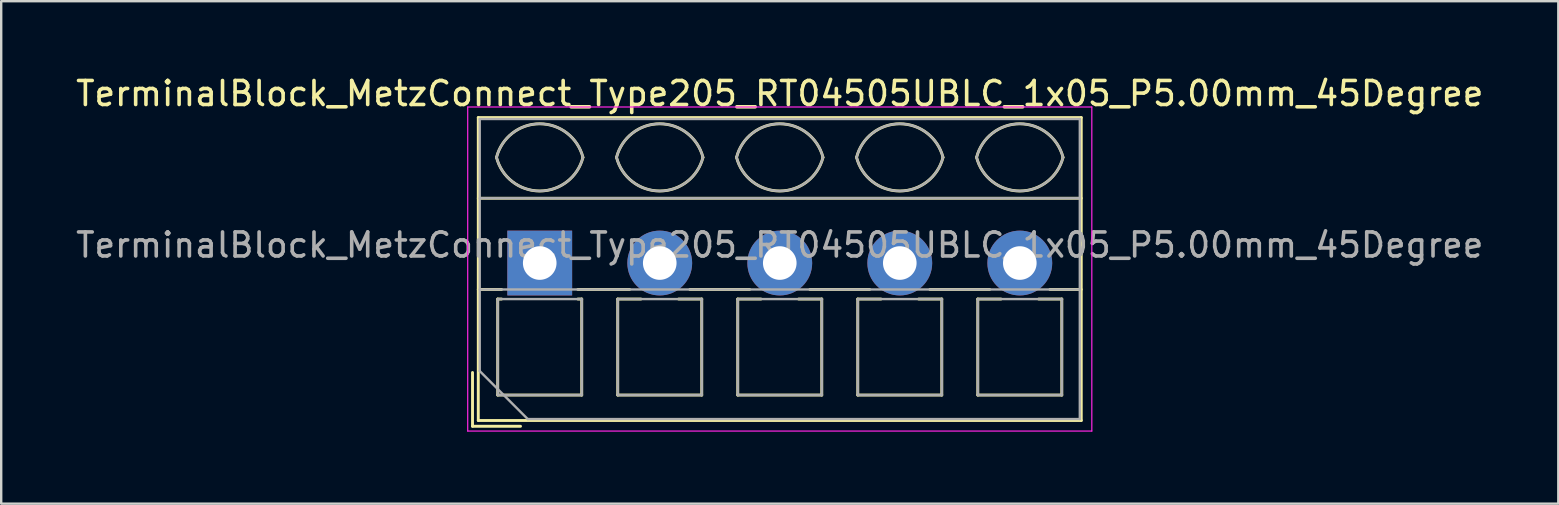
<source format=kicad_pcb>
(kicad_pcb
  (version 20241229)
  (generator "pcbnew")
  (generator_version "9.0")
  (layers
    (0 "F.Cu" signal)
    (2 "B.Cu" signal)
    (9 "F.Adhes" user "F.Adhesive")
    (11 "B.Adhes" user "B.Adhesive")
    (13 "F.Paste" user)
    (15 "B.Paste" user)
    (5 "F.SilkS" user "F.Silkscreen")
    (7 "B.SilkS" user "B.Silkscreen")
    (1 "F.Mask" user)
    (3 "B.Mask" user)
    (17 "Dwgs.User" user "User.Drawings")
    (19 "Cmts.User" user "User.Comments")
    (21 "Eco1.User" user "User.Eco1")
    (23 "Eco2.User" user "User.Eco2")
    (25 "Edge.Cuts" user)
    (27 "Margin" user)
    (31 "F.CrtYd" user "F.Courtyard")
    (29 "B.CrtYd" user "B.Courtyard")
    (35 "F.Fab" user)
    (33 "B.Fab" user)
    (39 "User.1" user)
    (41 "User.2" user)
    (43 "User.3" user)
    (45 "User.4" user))
  (footprint "TerminalBlock_MetzConnect_Type205_RT04505UBLC_1x05_P5.00mm_45Degree"
    (layer "F.Cu")
    (at 19.435 7.908)
    (property "Reference" "TerminalBlock_MetzConnect_Type205_RT04505UBLC_1x05_P5.00mm_45Degree" (at 10 -7.06 0) (layer "F.SilkS") (effects (font (size 1 1) (thickness 0.15))))
    (attr through_hole)
    (fp_line (start -2.8 4.56) (end -2.8 6.8) (stroke (width 0.12) (type solid)) (layer "F.SilkS"))
    (fp_line (start -2.8 6.8) (end -0.8 6.8) (stroke (width 0.12) (type solid)) (layer "F.SilkS"))
    (fp_line (start -2.56 -6.06) (end -2.56 6.56) (stroke (width 0.12) (type solid)) (layer "F.SilkS"))
    (fp_line (start -2.56 -6.06) (end 22.56 -6.06) (stroke (width 0.12) (type solid)) (layer "F.SilkS"))
    (fp_line (start -2.56 -2.7) (end 22.56 -2.7) (stroke (width 0.12) (type solid)) (layer "F.SilkS"))
    (fp_line (start -2.56 1.1) (end -1.59 1.1) (stroke (width 0.12) (type solid)) (layer "F.SilkS"))
    (fp_line (start -2.56 6.56) (end 22.56 6.56) (stroke (width 0.12) (type solid)) (layer "F.SilkS"))
    (fp_line (start -1.75 1.5) (end -1.75 5.5) (stroke (width 0.12) (type solid)) (layer "F.SilkS"))
    (fp_line (start -1.75 1.5) (end -1.59 1.5) (stroke (width 0.12) (type solid)) (layer "F.SilkS"))
    (fp_line (start -1.75 5.5) (end 1.75 5.5) (stroke (width 0.12) (type solid)) (layer "F.SilkS"))
    (fp_line (start 1.59 1.1) (end 3.744 1.1) (stroke (width 0.12) (type solid)) (layer "F.SilkS"))
    (fp_line (start 1.59 1.5) (end 1.75 1.5) (stroke (width 0.12) (type solid)) (layer "F.SilkS"))
    (fp_line (start 1.75 1.5) (end 1.75 5.5) (stroke (width 0.12) (type solid)) (layer "F.SilkS"))
    (fp_line (start 3.25 1.5) (end 3.25 5.5) (stroke (width 0.12) (type solid)) (layer "F.SilkS"))
    (fp_line (start 3.25 1.5) (end 4.216 1.5) (stroke (width 0.12) (type solid)) (layer "F.SilkS"))
    (fp_line (start 3.25 5.5) (end 6.75 5.5) (stroke (width 0.12) (type solid)) (layer "F.SilkS"))
    (fp_line (start 5.785 1.5) (end 6.75 1.5) (stroke (width 0.12) (type solid)) (layer "F.SilkS"))
    (fp_line (start 6.257 1.1) (end 8.744 1.1) (stroke (width 0.12) (type solid)) (layer "F.SilkS"))
    (fp_line (start 6.75 1.5) (end 6.75 5.5) (stroke (width 0.12) (type solid)) (layer "F.SilkS"))
    (fp_line (start 8.25 1.5) (end 8.25 5.5) (stroke (width 0.12) (type solid)) (layer "F.SilkS"))
    (fp_line (start 8.25 1.5) (end 9.216 1.5) (stroke (width 0.12) (type solid)) (layer "F.SilkS"))
    (fp_line (start 8.25 5.5) (end 11.75 5.5) (stroke (width 0.12) (type solid)) (layer "F.SilkS"))
    (fp_line (start 10.785 1.5) (end 11.75 1.5) (stroke (width 0.12) (type solid)) (layer "F.SilkS"))
    (fp_line (start 11.257 1.1) (end 13.744 1.1) (stroke (width 0.12) (type solid)) (layer "F.SilkS"))
    (fp_line (start 11.75 1.5) (end 11.75 5.5) (stroke (width 0.12) (type solid)) (layer "F.SilkS"))
    (fp_line (start 13.25 1.5) (end 13.25 5.5) (stroke (width 0.12) (type solid)) (layer "F.SilkS"))
    (fp_line (start 13.25 1.5) (end 14.216 1.5) (stroke (width 0.12) (type solid)) (layer "F.SilkS"))
    (fp_line (start 13.25 5.5) (end 16.75 5.5) (stroke (width 0.12) (type solid)) (layer "F.SilkS"))
    (fp_line (start 15.785 1.5) (end 16.75 1.5) (stroke (width 0.12) (type solid)) (layer "F.SilkS"))
    (fp_line (start 16.257 1.1) (end 18.744 1.1) (stroke (width 0.12) (type solid)) (layer "F.SilkS"))
    (fp_line (start 16.75 1.5) (end 16.75 5.5) (stroke (width 0.12) (type solid)) (layer "F.SilkS"))
    (fp_line (start 18.25 1.5) (end 18.25 5.5) (stroke (width 0.12) (type solid)) (layer "F.SilkS"))
    (fp_line (start 18.25 1.5) (end 19.216 1.5) (stroke (width 0.12) (type solid)) (layer "F.SilkS"))
    (fp_line (start 18.25 5.5) (end 21.75 5.5) (stroke (width 0.12) (type solid)) (layer "F.SilkS"))
    (fp_line (start 20.785 1.5) (end 21.75 1.5) (stroke (width 0.12) (type solid)) (layer "F.SilkS"))
    (fp_line (start 21.257 1.1) (end 22.56 1.1) (stroke (width 0.12) (type solid)) (layer "F.SilkS"))
    (fp_line (start 21.75 1.5) (end 21.75 5.5) (stroke (width 0.12) (type solid)) (layer "F.SilkS"))
    (fp_line (start 22.56 -6.06) (end 22.56 6.56) (stroke (width 0.12) (type solid)) (layer "F.SilkS"))
    (fp_arc (start -1.800846 -4.400605) (mid 0.000312 -5.801077) (end 1.801 -4.4) (stroke (width 0.12) (type solid)) (layer "F.SilkS"))
    (fp_arc (start 1.8 -4.4) (mid -0.000903 -3.000646) (end -1.800445 -4.401751) (stroke (width 0.12) (type solid)) (layer "F.SilkS"))
    (fp_arc (start 3.199154 -4.400605) (mid 5.000312 -5.801077) (end 6.801 -4.4) (stroke (width 0.12) (type solid)) (layer "F.SilkS"))
    (fp_arc (start 6.8 -4.4) (mid 4.999097 -3.000646) (end 3.199555 -4.401751) (stroke (width 0.12) (type solid)) (layer "F.SilkS"))
    (fp_arc (start 8.199154 -4.400605) (mid 10.000312 -5.801077) (end 11.801 -4.4) (stroke (width 0.12) (type solid)) (layer "F.SilkS"))
    (fp_arc (start 11.8 -4.4) (mid 9.999097 -3.000646) (end 8.199555 -4.401751) (stroke (width 0.12) (type solid)) (layer "F.SilkS"))
    (fp_arc (start 13.199154 -4.400605) (mid 15.000312 -5.801077) (end 16.801 -4.4) (stroke (width 0.12) (type solid)) (layer "F.SilkS"))
    (fp_arc (start 16.8 -4.4) (mid 14.999097 -3.000646) (end 13.199555 -4.401751) (stroke (width 0.12) (type solid)) (layer "F.SilkS"))
    (fp_arc (start 18.199154 -4.400605) (mid 20.000312 -5.801077) (end 21.801 -4.4) (stroke (width 0.12) (type solid)) (layer "F.SilkS"))
    (fp_arc (start 21.8 -4.4) (mid 19.999097 -3.000646) (end 18.199555 -4.401751) (stroke (width 0.12) (type solid)) (layer "F.SilkS"))
    (fp_line (start -3 -6.5) (end -3 7) (stroke (width 0.05) (type solid)) (layer "F.CrtYd"))
    (fp_line (start -3 7) (end 23 7) (stroke (width 0.05) (type solid)) (layer "F.CrtYd"))
    (fp_line (start 23 -6.5) (end -3 -6.5) (stroke (width 0.05) (type solid)) (layer "F.CrtYd"))
    (fp_line (start 23 7) (end 23 -6.5) (stroke (width 0.05) (type solid)) (layer "F.CrtYd"))
    (fp_line (start -2.5 -6) (end 22.5 -6) (stroke (width 0.1) (type solid)) (layer "F.Fab"))
    (fp_line (start -2.5 -2.7) (end 22.5 -2.7) (stroke (width 0.1) (type solid)) (layer "F.Fab"))
    (fp_line (start -2.5 1.1) (end 22.5 1.1) (stroke (width 0.1) (type solid)) (layer "F.Fab"))
    (fp_line (start -2.5 4.5) (end -2.5 -6) (stroke (width 0.1) (type solid)) (layer "F.Fab"))
    (fp_line (start -1.75 1.5) (end -1.75 5.5) (stroke (width 0.1) (type solid)) (layer "F.Fab"))
    (fp_line (start -1.75 5.5) (end 1.75 5.5) (stroke (width 0.1) (type solid)) (layer "F.Fab"))
    (fp_line (start -0.5 6.5) (end -2.5 4.5) (stroke (width 0.1) (type solid)) (layer "F.Fab"))
    (fp_line (start 1.75 1.5) (end -1.75 1.5) (stroke (width 0.1) (type solid)) (layer "F.Fab"))
    (fp_line (start 1.75 5.5) (end 1.75 1.5) (stroke (width 0.1) (type solid)) (layer "F.Fab"))
    (fp_line (start 3.25 1.5) (end 3.25 5.5) (stroke (width 0.1) (type solid)) (layer "F.Fab"))
    (fp_line (start 3.25 5.5) (end 6.75 5.5) (stroke (width 0.1) (type solid)) (layer "F.Fab"))
    (fp_line (start 6.75 1.5) (end 3.25 1.5) (stroke (width 0.1) (type solid)) (layer "F.Fab"))
    (fp_line (start 6.75 5.5) (end 6.75 1.5) (stroke (width 0.1) (type solid)) (layer "F.Fab"))
    (fp_line (start 8.25 1.5) (end 8.25 5.5) (stroke (width 0.1) (type solid)) (layer "F.Fab"))
    (fp_line (start 8.25 5.5) (end 11.75 5.5) (stroke (width 0.1) (type solid)) (layer "F.Fab"))
    (fp_line (start 11.75 1.5) (end 8.25 1.5) (stroke (width 0.1) (type solid)) (layer "F.Fab"))
    (fp_line (start 11.75 5.5) (end 11.75 1.5) (stroke (width 0.1) (type solid)) (layer "F.Fab"))
    (fp_line (start 13.25 1.5) (end 13.25 5.5) (stroke (width 0.1) (type solid)) (layer "F.Fab"))
    (fp_line (start 13.25 5.5) (end 16.75 5.5) (stroke (width 0.1) (type solid)) (layer "F.Fab"))
    (fp_line (start 16.75 1.5) (end 13.25 1.5) (stroke (width 0.1) (type solid)) (layer "F.Fab"))
    (fp_line (start 16.75 5.5) (end 16.75 1.5) (stroke (width 0.1) (type solid)) (layer "F.Fab"))
    (fp_line (start 18.25 1.5) (end 18.25 5.5) (stroke (width 0.1) (type solid)) (layer "F.Fab"))
    (fp_line (start 18.25 5.5) (end 21.75 5.5) (stroke (width 0.1) (type solid)) (layer "F.Fab"))
    (fp_line (start 21.75 1.5) (end 18.25 1.5) (stroke (width 0.1) (type solid)) (layer "F.Fab"))
    (fp_line (start 21.75 5.5) (end 21.75 1.5) (stroke (width 0.1) (type solid)) (layer "F.Fab"))
    (fp_line (start 22.5 -6) (end 22.5 6.5) (stroke (width 0.1) (type solid)) (layer "F.Fab"))
    (fp_line (start 22.5 6.5) (end -0.5 6.5) (stroke (width 0.1) (type solid)) (layer "F.Fab"))
    (fp_arc (start -1.800846 -4.400605) (mid 0.000312 -5.801077) (end 1.801 -4.4) (stroke (width 0.1) (type solid)) (layer "F.Fab"))
    (fp_arc (start 1.8 -4.4) (mid -0.000903 -3.000646) (end -1.800445 -4.401751) (stroke (width 0.1) (type solid)) (layer "F.Fab"))
    (fp_arc (start 3.199154 -4.400605) (mid 5.000312 -5.801077) (end 6.801 -4.4) (stroke (width 0.1) (type solid)) (layer "F.Fab"))
    (fp_arc (start 6.8 -4.4) (mid 4.999097 -3.000646) (end 3.199555 -4.401751) (stroke (width 0.1) (type solid)) (layer "F.Fab"))
    (fp_arc (start 8.199154 -4.400605) (mid 10.000312 -5.801077) (end 11.801 -4.4) (stroke (width 0.1) (type solid)) (layer "F.Fab"))
    (fp_arc (start 11.8 -4.4) (mid 9.999097 -3.000646) (end 8.199555 -4.401751) (stroke (width 0.1) (type solid)) (layer "F.Fab"))
    (fp_arc (start 13.199154 -4.400605) (mid 15.000312 -5.801077) (end 16.801 -4.4) (stroke (width 0.1) (type solid)) (layer "F.Fab"))
    (fp_arc (start 16.8 -4.4) (mid 14.999097 -3.000646) (end 13.199555 -4.401751) (stroke (width 0.1) (type solid)) (layer "F.Fab"))
    (fp_arc (start 18.199154 -4.400605) (mid 20.000312 -5.801077) (end 21.801 -4.4) (stroke (width 0.1) (type solid)) (layer "F.Fab"))
    (fp_arc (start 21.8 -4.4) (mid 19.999097 -3.000646) (end 18.199555 -4.401751) (stroke (width 0.1) (type solid)) (layer "F.Fab"))
    (fp_text user "${REFERENCE}" (at 10 -0.75 0) (layer "F.Fab") (effects (font (size 1 1) (thickness 0.15))))
    (pad "1" thru_hole rect (at 0 0) (size 2.7 2.7) (drill 1.4) (layers "*.Cu" "*.Mask"))
    (pad "2" thru_hole circle (at 5 0) (size 2.7 2.7) (drill 1.4) (layers "*.Cu" "*.Mask"))
    (pad "3" thru_hole circle (at 10 0) (size 2.7 2.7) (drill 1.4) (layers "*.Cu" "*.Mask"))
    (pad "4" thru_hole circle (at 15 0) (size 2.7 2.7) (drill 1.4) (layers "*.Cu" "*.Mask"))
    (pad "5" thru_hole circle (at 20 0) (size 2.7 2.7) (drill 1.4) (layers "*.Cu" "*.Mask")))
  (gr_rect
    (start -3 -3)
    (end 61.869 17.933)
    (stroke (width 0.1) (type default))
    (fill no)
    (layer "Edge.Cuts")))
</source>
